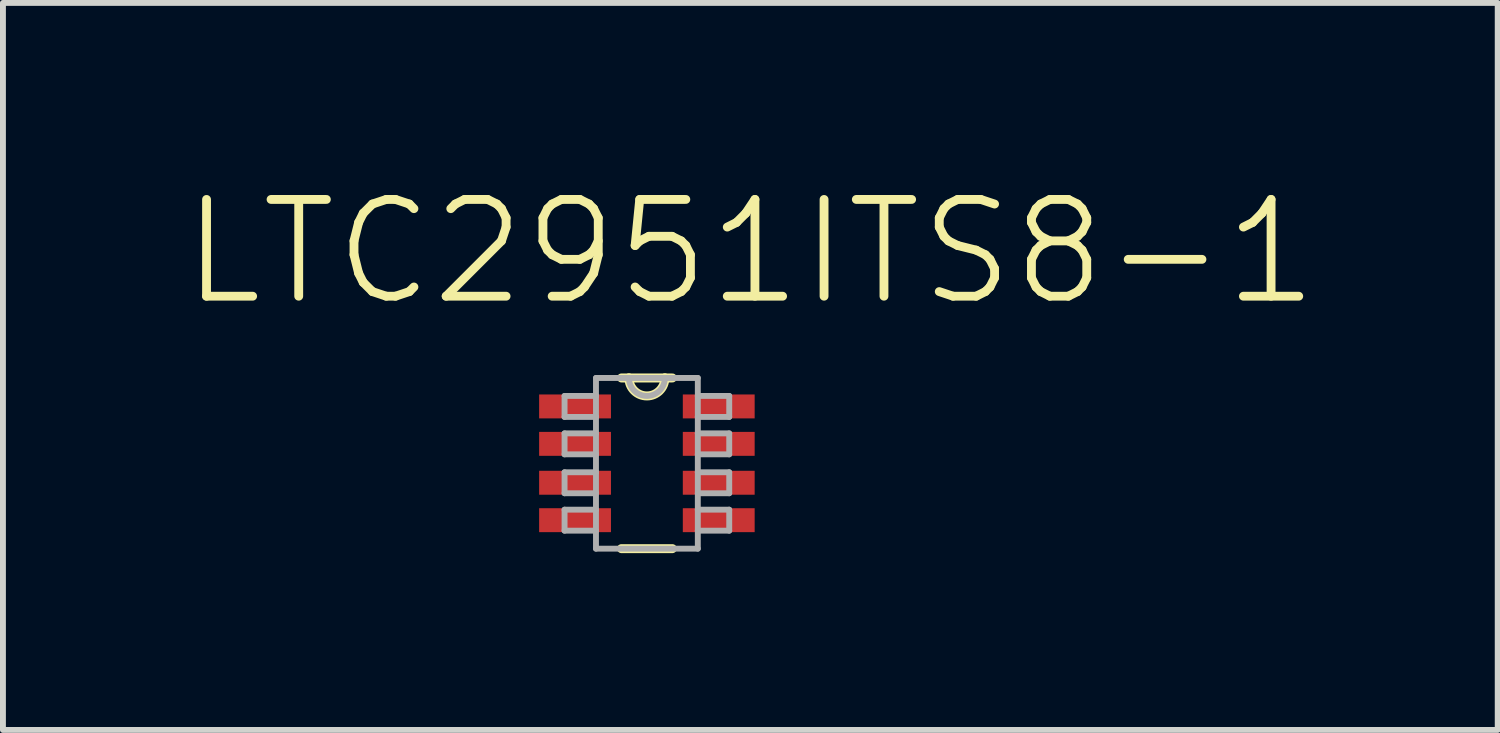
<source format=kicad_pcb>
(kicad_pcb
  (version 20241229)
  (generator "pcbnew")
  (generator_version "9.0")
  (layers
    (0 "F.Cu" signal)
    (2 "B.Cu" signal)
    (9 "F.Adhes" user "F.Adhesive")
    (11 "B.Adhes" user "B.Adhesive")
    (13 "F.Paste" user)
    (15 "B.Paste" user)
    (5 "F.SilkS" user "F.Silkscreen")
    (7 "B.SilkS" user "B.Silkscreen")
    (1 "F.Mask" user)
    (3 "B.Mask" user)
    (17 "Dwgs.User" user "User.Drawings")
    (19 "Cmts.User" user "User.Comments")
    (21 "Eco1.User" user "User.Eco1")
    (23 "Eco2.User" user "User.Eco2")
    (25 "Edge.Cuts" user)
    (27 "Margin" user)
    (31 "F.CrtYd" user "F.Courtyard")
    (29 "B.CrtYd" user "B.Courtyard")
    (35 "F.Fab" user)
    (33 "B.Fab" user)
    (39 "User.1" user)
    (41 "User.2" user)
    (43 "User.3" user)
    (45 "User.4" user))
  (footprint "LTC2951ITS8-1"
    (layer "F.Cu")
    (at 7.926 4.811)
    (property "Reference" "LTC2951ITS8-1" (at 1.755 -3.587 0) (layer "F.SilkS") (effects (font (size 1.642 1.642) (thickness 0.15))))
    (attr smd)
    (fp_line (start -0.432 1.448) (end 0.432 1.448) (stroke (width 0.152) (type solid)) (layer "F.SilkS"))
    (fp_line (start -0.305 -1.448) (end -0.432 -1.448) (stroke (width 0.152) (type solid)) (layer "F.SilkS"))
    (fp_line (start 0.305 -1.448) (end -0.305 -1.448) (stroke (width 0.152) (type solid)) (layer "F.SilkS"))
    (fp_line (start 0.432 -1.448) (end 0.305 -1.448) (stroke (width 0.152) (type solid)) (layer "F.SilkS"))
    (fp_arc (start 0.3048 -1.4478) (mid 0 -1.143) (end -0.3048 -1.4478) (stroke (width 0.1524) (type solid)) (layer "F.SilkS"))
    (fp_line (start -1.397 -1.143) (end -1.397 -0.787) (stroke (width 0.1) (type solid)) (layer "F.Fab"))
    (fp_line (start -1.397 -0.787) (end -0.864 -0.787) (stroke (width 0.1) (type solid)) (layer "F.Fab"))
    (fp_line (start -1.397 -0.508) (end -1.397 -0.152) (stroke (width 0.1) (type solid)) (layer "F.Fab"))
    (fp_line (start -1.397 -0.152) (end -0.864 -0.152) (stroke (width 0.1) (type solid)) (layer "F.Fab"))
    (fp_line (start -1.397 0.152) (end -1.397 0.508) (stroke (width 0.1) (type solid)) (layer "F.Fab"))
    (fp_line (start -1.397 0.508) (end -0.864 0.508) (stroke (width 0.1) (type solid)) (layer "F.Fab"))
    (fp_line (start -1.397 0.787) (end -1.397 1.143) (stroke (width 0.1) (type solid)) (layer "F.Fab"))
    (fp_line (start -1.397 1.143) (end -0.864 1.143) (stroke (width 0.1) (type solid)) (layer "F.Fab"))
    (fp_line (start -0.864 -1.448) (end -0.864 -1.143) (stroke (width 0.1) (type solid)) (layer "F.Fab"))
    (fp_line (start -0.864 -1.143) (end -1.397 -1.143) (stroke (width 0.1) (type solid)) (layer "F.Fab"))
    (fp_line (start -0.864 -1.143) (end -0.864 -0.787) (stroke (width 0.1) (type solid)) (layer "F.Fab"))
    (fp_line (start -0.864 -0.787) (end -0.864 -0.508) (stroke (width 0.1) (type solid)) (layer "F.Fab"))
    (fp_line (start -0.864 -0.508) (end -1.397 -0.508) (stroke (width 0.1) (type solid)) (layer "F.Fab"))
    (fp_line (start -0.864 -0.508) (end -0.864 -0.152) (stroke (width 0.1) (type solid)) (layer "F.Fab"))
    (fp_line (start -0.864 -0.152) (end -0.864 0.152) (stroke (width 0.1) (type solid)) (layer "F.Fab"))
    (fp_line (start -0.864 0.152) (end -1.397 0.152) (stroke (width 0.1) (type solid)) (layer "F.Fab"))
    (fp_line (start -0.864 0.152) (end -0.864 0.508) (stroke (width 0.1) (type solid)) (layer "F.Fab"))
    (fp_line (start -0.864 0.508) (end -0.864 0.787) (stroke (width 0.1) (type solid)) (layer "F.Fab"))
    (fp_line (start -0.864 0.787) (end -1.397 0.787) (stroke (width 0.1) (type solid)) (layer "F.Fab"))
    (fp_line (start -0.864 1.143) (end -0.864 0.787) (stroke (width 0.1) (type solid)) (layer "F.Fab"))
    (fp_line (start -0.864 1.448) (end -0.864 1.143) (stroke (width 0.1) (type solid)) (layer "F.Fab"))
    (fp_line (start -0.864 1.448) (end 0.864 1.448) (stroke (width 0.1) (type solid)) (layer "F.Fab"))
    (fp_line (start -0.305 -1.448) (end -0.864 -1.448) (stroke (width 0.1) (type solid)) (layer "F.Fab"))
    (fp_line (start 0.305 -1.448) (end -0.305 -1.448) (stroke (width 0.1) (type solid)) (layer "F.Fab"))
    (fp_line (start 0.864 -1.448) (end 0.305 -1.448) (stroke (width 0.1) (type solid)) (layer "F.Fab"))
    (fp_line (start 0.864 -1.448) (end 0.864 -1.143) (stroke (width 0.1) (type solid)) (layer "F.Fab"))
    (fp_line (start 0.864 -1.143) (end 0.864 -0.787) (stroke (width 0.1) (type solid)) (layer "F.Fab"))
    (fp_line (start 0.864 -0.787) (end 1.397 -0.787) (stroke (width 0.1) (type solid)) (layer "F.Fab"))
    (fp_line (start 0.864 -0.508) (end 0.864 -0.787) (stroke (width 0.1) (type solid)) (layer "F.Fab"))
    (fp_line (start 0.864 -0.152) (end 0.864 -0.508) (stroke (width 0.1) (type solid)) (layer "F.Fab"))
    (fp_line (start 0.864 -0.152) (end 1.397 -0.152) (stroke (width 0.1) (type solid)) (layer "F.Fab"))
    (fp_line (start 0.864 0.152) (end 0.864 -0.152) (stroke (width 0.1) (type solid)) (layer "F.Fab"))
    (fp_line (start 0.864 0.508) (end 0.864 0.152) (stroke (width 0.1) (type solid)) (layer "F.Fab"))
    (fp_line (start 0.864 0.508) (end 1.397 0.508) (stroke (width 0.1) (type solid)) (layer "F.Fab"))
    (fp_line (start 0.864 0.787) (end 0.864 0.508) (stroke (width 0.1) (type solid)) (layer "F.Fab"))
    (fp_line (start 0.864 1.143) (end 0.864 0.787) (stroke (width 0.1) (type solid)) (layer "F.Fab"))
    (fp_line (start 0.864 1.143) (end 1.397 1.143) (stroke (width 0.1) (type solid)) (layer "F.Fab"))
    (fp_line (start 0.864 1.448) (end 0.864 1.143) (stroke (width 0.1) (type solid)) (layer "F.Fab"))
    (fp_line (start 1.397 -1.143) (end 0.864 -1.143) (stroke (width 0.1) (type solid)) (layer "F.Fab"))
    (fp_line (start 1.397 -0.787) (end 1.397 -1.143) (stroke (width 0.1) (type solid)) (layer "F.Fab"))
    (fp_line (start 1.397 -0.508) (end 0.864 -0.508) (stroke (width 0.1) (type solid)) (layer "F.Fab"))
    (fp_line (start 1.397 -0.152) (end 1.397 -0.508) (stroke (width 0.1) (type solid)) (layer "F.Fab"))
    (fp_line (start 1.397 0.152) (end 0.864 0.152) (stroke (width 0.1) (type solid)) (layer "F.Fab"))
    (fp_line (start 1.397 0.508) (end 1.397 0.152) (stroke (width 0.1) (type solid)) (layer "F.Fab"))
    (fp_line (start 1.397 0.787) (end 0.864 0.787) (stroke (width 0.1) (type solid)) (layer "F.Fab"))
    (fp_line (start 1.397 1.143) (end 1.397 0.787) (stroke (width 0.1) (type solid)) (layer "F.Fab"))
    (fp_arc (start 0.3048 -1.4478) (mid 0 -1.143) (end -0.3048 -1.4478) (stroke (width 0.1) (type solid)) (layer "F.Fab"))
    (pad "1" smd rect (at -1.219 -0.965) (size 1.219 0.406) (layers "F.Cu" "F.Mask" "F.Paste"))
    (pad "2" smd rect (at -1.219 -0.33) (size 1.219 0.406) (layers "F.Cu" "F.Mask" "F.Paste"))
    (pad "3" smd rect (at -1.219 0.33) (size 1.219 0.406) (layers "F.Cu" "F.Mask" "F.Paste"))
    (pad "4" smd rect (at -1.219 0.965) (size 1.219 0.406) (layers "F.Cu" "F.Mask" "F.Paste"))
    (pad "5" smd rect (at 1.219 0.965) (size 1.219 0.406) (layers "F.Cu" "F.Mask" "F.Paste"))
    (pad "6" smd rect (at 1.219 0.33) (size 1.219 0.406) (layers "F.Cu" "F.Mask" "F.Paste"))
    (pad "7" smd rect (at 1.219 -0.33) (size 1.219 0.406) (layers "F.Cu" "F.Mask" "F.Paste"))
    (pad "8" smd rect (at 1.219 -0.965) (size 1.219 0.406) (layers "F.Cu" "F.Mask" "F.Paste")))
  (gr_rect
    (start -3 -3)
    (end 22.362 9.335)
    (stroke (width 0.1) (type default))
    (fill no)
    (layer "Edge.Cuts")))
</source>
